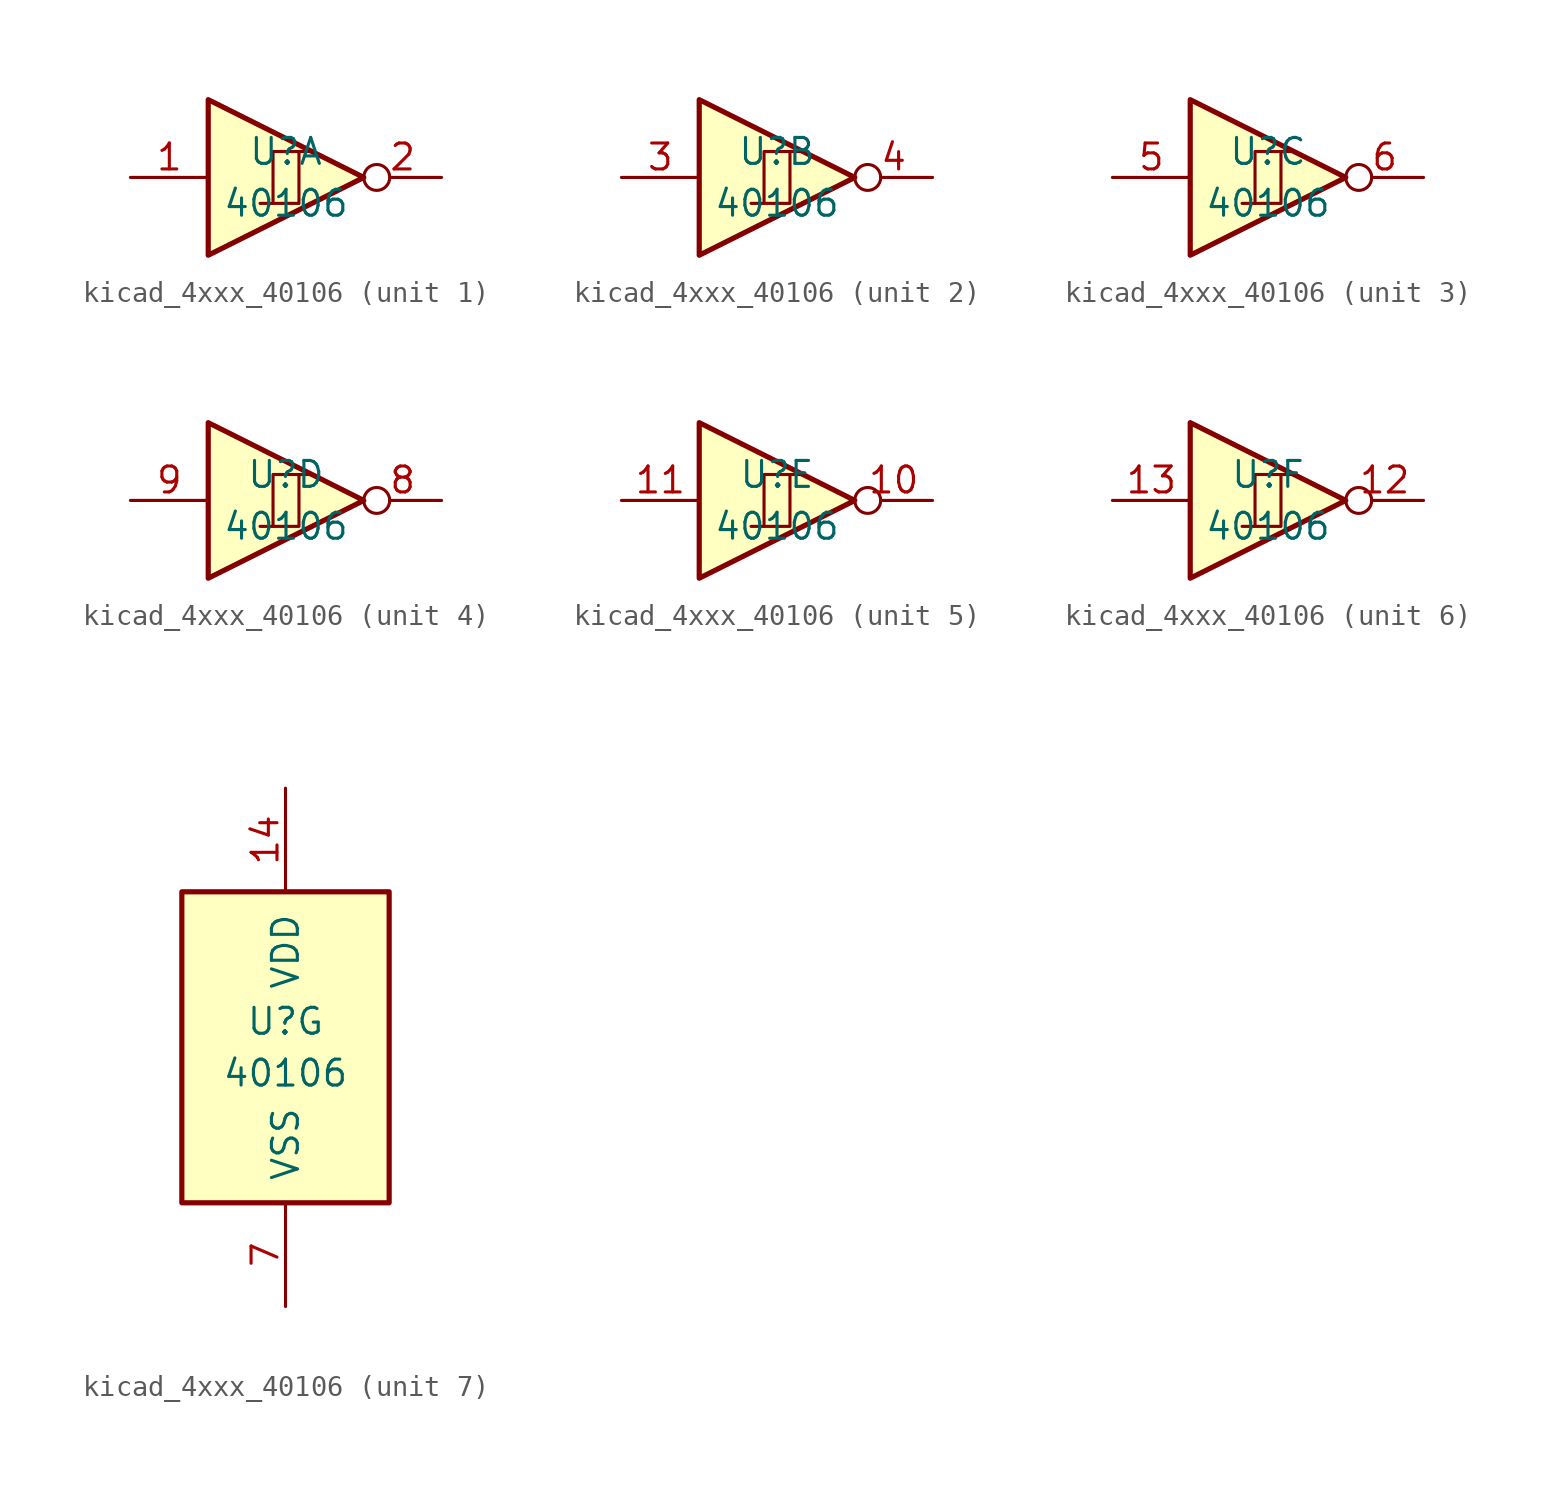
<source format=kicad_sym>
(kicad_symbol_lib
  (version 20220914)
  (generator kicad_symbol_editor)
  (symbol "kicad_4xxx_40106"
    (pin_names
      (offset 1.016))
    (property "Reference" "U"
      (at 0 1.27 0)
      (effects (font (size 1.27 1.27))))
    (property "Value" "40106"
      (at 0 -1.27 0)
      (effects (font (size 1.27 1.27))))
    (property "ki_locked" ""
      (at 0 0 0)
      (effects (font (size 1.27 1.27))))
    (symbol "kicad_4xxx_40106_1_0"
      (polyline (pts (xy -0.635 -1.27) (xy -0.635 1.27) (xy 0.635 1.27)) (stroke (width 0) (type default)) (fill (type none)))
      (polyline (pts (xy -3.81 3.81) (xy -3.81 -3.81) (xy 3.81 0) (xy -3.81 3.81)) (stroke (width 0.254) (type default)) (fill (type background)))
      (polyline (pts (xy -1.27 -1.27) (xy 0.635 -1.27) (xy 0.635 1.27) (xy 1.27 1.27)) (stroke (width 0) (type default)) (fill (type none)))
      (pin input line (at -7.62 0 0) (length 3.81) (name "~" (effects (font (size 1.27 1.27)))) (number "1" (effects (font (size 1.27 1.27)))))
      (pin output inverted (at 7.62 0 180) (length 3.81) (name "~" (effects (font (size 1.27 1.27)))) (number "2" (effects (font (size 1.27 1.27))))))
    (symbol "kicad_4xxx_40106_2_0"
      (polyline (pts (xy -0.635 -1.27) (xy -0.635 1.27) (xy 0.635 1.27)) (stroke (width 0) (type default)) (fill (type none)))
      (polyline (pts (xy -3.81 3.81) (xy -3.81 -3.81) (xy 3.81 0) (xy -3.81 3.81)) (stroke (width 0.254) (type default)) (fill (type background)))
      (polyline (pts (xy -1.27 -1.27) (xy 0.635 -1.27) (xy 0.635 1.27) (xy 1.27 1.27)) (stroke (width 0) (type default)) (fill (type none)))
      (pin input line (at -7.62 0 0) (length 3.81) (name "~" (effects (font (size 1.27 1.27)))) (number "3" (effects (font (size 1.27 1.27)))))
      (pin output inverted (at 7.62 0 180) (length 3.81) (name "~" (effects (font (size 1.27 1.27)))) (number "4" (effects (font (size 1.27 1.27))))))
    (symbol "kicad_4xxx_40106_3_0"
      (polyline (pts (xy -0.635 -1.27) (xy -0.635 1.27) (xy 0.635 1.27)) (stroke (width 0) (type default)) (fill (type none)))
      (polyline (pts (xy -3.81 3.81) (xy -3.81 -3.81) (xy 3.81 0) (xy -3.81 3.81)) (stroke (width 0.254) (type default)) (fill (type background)))
      (polyline (pts (xy -1.27 -1.27) (xy 0.635 -1.27) (xy 0.635 1.27) (xy 1.27 1.27)) (stroke (width 0) (type default)) (fill (type none)))
      (pin input line (at -7.62 0 0) (length 3.81) (name "~" (effects (font (size 1.27 1.27)))) (number "5" (effects (font (size 1.27 1.27)))))
      (pin output inverted (at 7.62 0 180) (length 3.81) (name "~" (effects (font (size 1.27 1.27)))) (number "6" (effects (font (size 1.27 1.27))))))
    (symbol "kicad_4xxx_40106_4_0"
      (polyline (pts (xy -0.635 -1.27) (xy -0.635 1.27) (xy 0.635 1.27)) (stroke (width 0) (type default)) (fill (type none)))
      (polyline (pts (xy -3.81 3.81) (xy -3.81 -3.81) (xy 3.81 0) (xy -3.81 3.81)) (stroke (width 0.254) (type default)) (fill (type background)))
      (polyline (pts (xy -1.27 -1.27) (xy 0.635 -1.27) (xy 0.635 1.27) (xy 1.27 1.27)) (stroke (width 0) (type default)) (fill (type none)))
      (pin output inverted (at 7.62 0 180) (length 3.81) (name "~" (effects (font (size 1.27 1.27)))) (number "8" (effects (font (size 1.27 1.27)))))
      (pin input line (at -7.62 0 0) (length 3.81) (name "~" (effects (font (size 1.27 1.27)))) (number "9" (effects (font (size 1.27 1.27))))))
    (symbol "kicad_4xxx_40106_5_0"
      (polyline (pts (xy -0.635 -1.27) (xy -0.635 1.27) (xy 0.635 1.27)) (stroke (width 0) (type default)) (fill (type none)))
      (polyline (pts (xy -3.81 3.81) (xy -3.81 -3.81) (xy 3.81 0) (xy -3.81 3.81)) (stroke (width 0.254) (type default)) (fill (type background)))
      (polyline (pts (xy -1.27 -1.27) (xy 0.635 -1.27) (xy 0.635 1.27) (xy 1.27 1.27)) (stroke (width 0) (type default)) (fill (type none)))
      (pin output inverted (at 7.62 0 180) (length 3.81) (name "~" (effects (font (size 1.27 1.27)))) (number "10" (effects (font (size 1.27 1.27)))))
      (pin input line (at -7.62 0 0) (length 3.81) (name "~" (effects (font (size 1.27 1.27)))) (number "11" (effects (font (size 1.27 1.27))))))
    (symbol "kicad_4xxx_40106_6_0"
      (polyline (pts (xy -0.635 -1.27) (xy -0.635 1.27) (xy 0.635 1.27)) (stroke (width 0) (type default)) (fill (type none)))
      (polyline (pts (xy -3.81 3.81) (xy -3.81 -3.81) (xy 3.81 0) (xy -3.81 3.81)) (stroke (width 0.254) (type default)) (fill (type background)))
      (polyline (pts (xy -1.27 -1.27) (xy 0.635 -1.27) (xy 0.635 1.27) (xy 1.27 1.27)) (stroke (width 0) (type default)) (fill (type none)))
      (pin output inverted (at 7.62 0 180) (length 3.81) (name "~" (effects (font (size 1.27 1.27)))) (number "12" (effects (font (size 1.27 1.27)))))
      (pin input line (at -7.62 0 0) (length 3.81) (name "~" (effects (font (size 1.27 1.27)))) (number "13" (effects (font (size 1.27 1.27))))))
    (symbol "kicad_4xxx_40106_7_0"
      (pin power_in line (at 0 12.7 270) (length 5.08) (name "VDD" (effects (font (size 1.27 1.27)))) (number "14" (effects (font (size 1.27 1.27)))))
      (pin power_in line (at 0 -12.7 90) (length 5.08) (name "VSS" (effects (font (size 1.27 1.27)))) (number "7" (effects (font (size 1.27 1.27))))))
    (symbol "kicad_4xxx_40106_7_1"
      (rectangle (start -5.08 7.62) (end 5.08 -7.62) (stroke (width 0.254) (type default)) (fill (type background))))))
</source>
